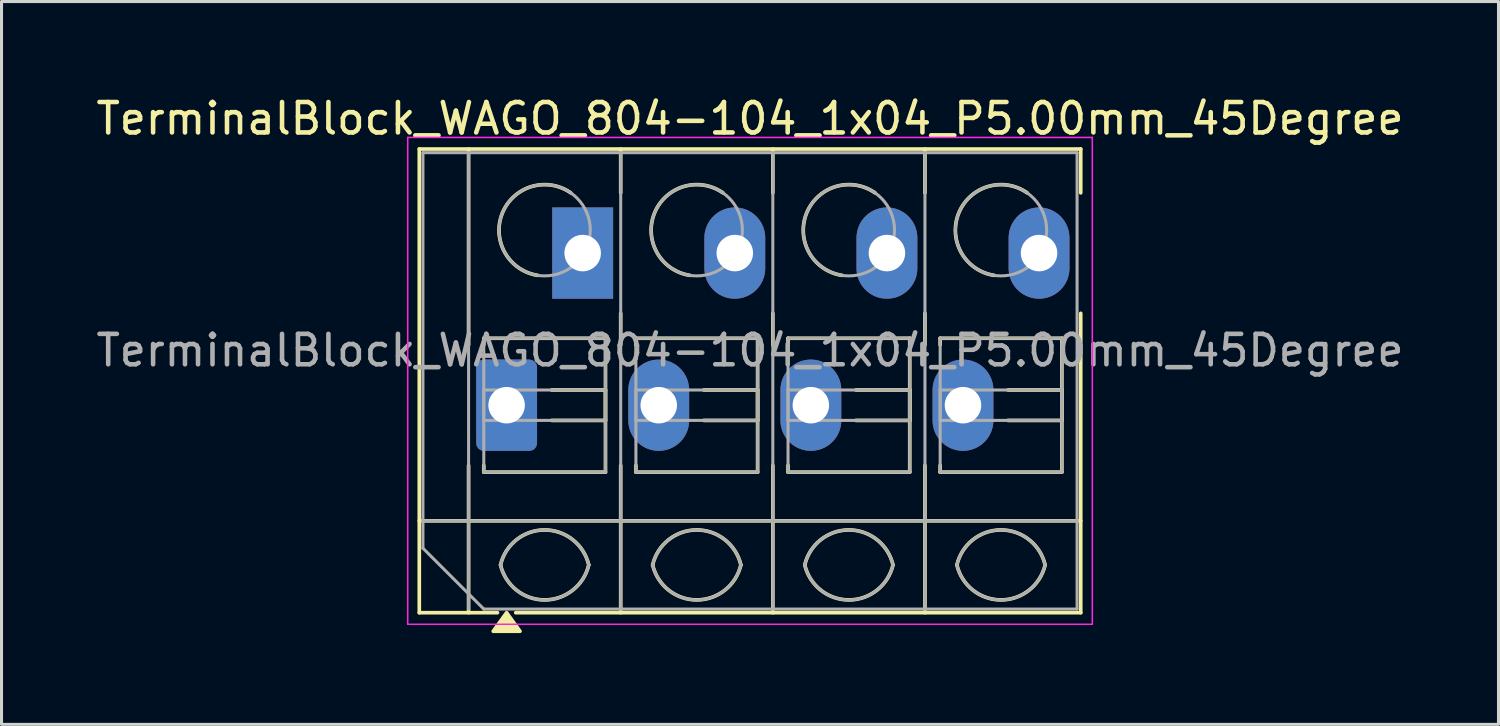
<source format=kicad_pcb>
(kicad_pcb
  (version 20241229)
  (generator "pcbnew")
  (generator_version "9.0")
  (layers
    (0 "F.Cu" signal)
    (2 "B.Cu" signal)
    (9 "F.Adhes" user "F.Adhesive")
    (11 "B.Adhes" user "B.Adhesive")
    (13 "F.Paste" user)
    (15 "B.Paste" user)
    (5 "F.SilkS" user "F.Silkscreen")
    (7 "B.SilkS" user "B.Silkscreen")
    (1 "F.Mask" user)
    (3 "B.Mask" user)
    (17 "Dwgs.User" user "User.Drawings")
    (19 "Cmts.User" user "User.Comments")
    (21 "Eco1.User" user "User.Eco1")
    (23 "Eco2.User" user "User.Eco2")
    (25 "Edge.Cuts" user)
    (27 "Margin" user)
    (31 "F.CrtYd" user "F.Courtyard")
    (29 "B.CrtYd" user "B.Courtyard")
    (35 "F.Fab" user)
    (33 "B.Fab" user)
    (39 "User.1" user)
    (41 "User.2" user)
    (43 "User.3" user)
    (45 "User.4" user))
  (footprint "TerminalBlock_WAGO_804-104_1x04_P5.00mm_45Degree"
    (layer "F.Cu")
    (at 13.601 10.268)
    (property "Reference" "TerminalBlock_WAGO_804-104_1x04_P5.00mm_45Degree" (at 8 -9.42 0) (layer "F.SilkS") (effects (font (size 1 1) (thickness 0.15))))
    (attr through_hole)
    (fp_line (start -2.87 -8.42) (end 18.87 -8.42) (stroke (width 0.12) (type solid)) (layer "F.SilkS"))
    (fp_line (start -2.87 3.8) (end 18.87 3.8) (stroke (width 0.12) (type solid)) (layer "F.SilkS"))
    (fp_line (start -2.87 6.82) (end -2.87 -8.42) (stroke (width 0.12) (type solid)) (layer "F.SilkS"))
    (fp_line (start -1.25 -8.42) (end -1.25 -1.98) (stroke (width 0.12) (type solid)) (layer "F.SilkS"))
    (fp_line (start -1.25 1.98) (end -1.25 6.82) (stroke (width 0.12) (type solid)) (layer "F.SilkS"))
    (fp_line (start -0.75 -2.2) (end 3.25 -2.2) (stroke (width 0.12) (type solid)) (layer "F.SilkS"))
    (fp_line (start -0.75 -1.98) (end -0.75 -2.2) (stroke (width 0.12) (type solid)) (layer "F.SilkS"))
    (fp_line (start -0.75 2.2) (end -0.75 1.98) (stroke (width 0.12) (type solid)) (layer "F.SilkS"))
    (fp_line (start -0.3 6.82) (end -2.87 6.82) (stroke (width 0.12) (type solid)) (layer "F.SilkS"))
    (fp_line (start 1.48 -0.5) (end 3.25 -0.5) (stroke (width 0.12) (type solid)) (layer "F.SilkS"))
    (fp_line (start 3.25 -2.2) (end 3.25 2.2) (stroke (width 0.12) (type solid)) (layer "F.SilkS"))
    (fp_line (start 3.25 -0.5) (end 3.25 0.5) (stroke (width 0.12) (type solid)) (layer "F.SilkS"))
    (fp_line (start 3.25 0.5) (end 1.48 0.5) (stroke (width 0.12) (type solid)) (layer "F.SilkS"))
    (fp_line (start 3.25 2.2) (end -0.75 2.2) (stroke (width 0.12) (type solid)) (layer "F.SilkS"))
    (fp_line (start 3.75 -8.42) (end 3.75 -6.98) (stroke (width 0.12) (type solid)) (layer "F.SilkS"))
    (fp_line (start 3.75 -3.02) (end 3.75 -1.98) (stroke (width 0.12) (type solid)) (layer "F.SilkS"))
    (fp_line (start 3.75 1.98) (end 3.75 6.82) (stroke (width 0.12) (type solid)) (layer "F.SilkS"))
    (fp_line (start 4.25 -2.2) (end 8.25 -2.2) (stroke (width 0.12) (type solid)) (layer "F.SilkS"))
    (fp_line (start 4.25 -1.98) (end 4.25 -2.2) (stroke (width 0.12) (type solid)) (layer "F.SilkS"))
    (fp_line (start 4.25 2.2) (end 4.25 1.98) (stroke (width 0.12) (type solid)) (layer "F.SilkS"))
    (fp_line (start 6.48 -0.5) (end 8.25 -0.5) (stroke (width 0.12) (type solid)) (layer "F.SilkS"))
    (fp_line (start 8.25 -2.2) (end 8.25 2.2) (stroke (width 0.12) (type solid)) (layer "F.SilkS"))
    (fp_line (start 8.25 -0.5) (end 8.25 0.5) (stroke (width 0.12) (type solid)) (layer "F.SilkS"))
    (fp_line (start 8.25 0.5) (end 6.48 0.5) (stroke (width 0.12) (type solid)) (layer "F.SilkS"))
    (fp_line (start 8.25 2.2) (end 4.25 2.2) (stroke (width 0.12) (type solid)) (layer "F.SilkS"))
    (fp_line (start 8.75 -8.42) (end 8.75 -6.98) (stroke (width 0.12) (type solid)) (layer "F.SilkS"))
    (fp_line (start 8.75 -3.02) (end 8.75 -1.98) (stroke (width 0.12) (type solid)) (layer "F.SilkS"))
    (fp_line (start 8.75 1.98) (end 8.75 6.82) (stroke (width 0.12) (type solid)) (layer "F.SilkS"))
    (fp_line (start 9.25 -2.2) (end 13.25 -2.2) (stroke (width 0.12) (type solid)) (layer "F.SilkS"))
    (fp_line (start 9.25 -1.98) (end 9.25 -2.2) (stroke (width 0.12) (type solid)) (layer "F.SilkS"))
    (fp_line (start 9.25 2.2) (end 9.25 1.98) (stroke (width 0.12) (type solid)) (layer "F.SilkS"))
    (fp_line (start 11.48 -0.5) (end 13.25 -0.5) (stroke (width 0.12) (type solid)) (layer "F.SilkS"))
    (fp_line (start 13.25 -2.2) (end 13.25 2.2) (stroke (width 0.12) (type solid)) (layer "F.SilkS"))
    (fp_line (start 13.25 -0.5) (end 13.25 0.5) (stroke (width 0.12) (type solid)) (layer "F.SilkS"))
    (fp_line (start 13.25 0.5) (end 11.48 0.5) (stroke (width 0.12) (type solid)) (layer "F.SilkS"))
    (fp_line (start 13.25 2.2) (end 9.25 2.2) (stroke (width 0.12) (type solid)) (layer "F.SilkS"))
    (fp_line (start 13.75 -8.42) (end 13.75 -6.98) (stroke (width 0.12) (type solid)) (layer "F.SilkS"))
    (fp_line (start 13.75 -3.02) (end 13.75 -1.98) (stroke (width 0.12) (type solid)) (layer "F.SilkS"))
    (fp_line (start 13.75 1.98) (end 13.75 6.82) (stroke (width 0.12) (type solid)) (layer "F.SilkS"))
    (fp_line (start 14.25 -2.2) (end 18.25 -2.2) (stroke (width 0.12) (type solid)) (layer "F.SilkS"))
    (fp_line (start 14.25 -1.98) (end 14.25 -2.2) (stroke (width 0.12) (type solid)) (layer "F.SilkS"))
    (fp_line (start 14.25 2.2) (end 14.25 1.98) (stroke (width 0.12) (type solid)) (layer "F.SilkS"))
    (fp_line (start 16.48 -0.5) (end 18.25 -0.5) (stroke (width 0.12) (type solid)) (layer "F.SilkS"))
    (fp_line (start 18.25 -2.2) (end 18.25 2.2) (stroke (width 0.12) (type solid)) (layer "F.SilkS"))
    (fp_line (start 18.25 -0.5) (end 18.25 0.5) (stroke (width 0.12) (type solid)) (layer "F.SilkS"))
    (fp_line (start 18.25 0.5) (end 16.48 0.5) (stroke (width 0.12) (type solid)) (layer "F.SilkS"))
    (fp_line (start 18.25 2.2) (end 14.25 2.2) (stroke (width 0.12) (type solid)) (layer "F.SilkS"))
    (fp_line (start 18.87 -8.42) (end 18.87 -6.98) (stroke (width 0.12) (type solid)) (layer "F.SilkS"))
    (fp_line (start 18.87 -3.02) (end 18.87 6.82) (stroke (width 0.12) (type solid)) (layer "F.SilkS"))
    (fp_line (start 18.87 6.82) (end 0.3 6.82) (stroke (width 0.12) (type solid)) (layer "F.SilkS"))
    (fp_arc (start -0.2 5.25) (mid 1.25 4.1) (end 2.7 5.25) (stroke (width 0.12) (type solid)) (layer "F.SilkS"))
    (fp_arc (start 1.02 -4.268) (mid -0.141916 -6.309209) (end 2.109 -6.98) (stroke (width 0.12) (type solid)) (layer "F.SilkS"))
    (fp_arc (start 2.7 5.25) (mid 1.25 6.4) (end -0.2 5.25) (stroke (width 0.12) (type solid)) (layer "F.SilkS"))
    (fp_arc (start 4.8 5.25) (mid 6.25 4.1) (end 7.7 5.25) (stroke (width 0.12) (type solid)) (layer "F.SilkS"))
    (fp_arc (start 6.02 -4.268) (mid 4.858084 -6.309209) (end 7.109 -6.98) (stroke (width 0.12) (type solid)) (layer "F.SilkS"))
    (fp_arc (start 7.7 5.25) (mid 6.25 6.4) (end 4.8 5.25) (stroke (width 0.12) (type solid)) (layer "F.SilkS"))
    (fp_arc (start 9.8 5.25) (mid 11.25 4.1) (end 12.7 5.25) (stroke (width 0.12) (type solid)) (layer "F.SilkS"))
    (fp_arc (start 11.02 -4.268) (mid 9.858084 -6.309209) (end 12.109 -6.98) (stroke (width 0.12) (type solid)) (layer "F.SilkS"))
    (fp_arc (start 12.7 5.25) (mid 11.25 6.4) (end 9.8 5.25) (stroke (width 0.12) (type solid)) (layer "F.SilkS"))
    (fp_arc (start 14.8 5.25) (mid 16.25 4.1) (end 17.7 5.25) (stroke (width 0.12) (type solid)) (layer "F.SilkS"))
    (fp_arc (start 16.02 -4.268) (mid 14.858084 -6.309209) (end 17.109 -6.98) (stroke (width 0.12) (type solid)) (layer "F.SilkS"))
    (fp_arc (start 17.7 5.25) (mid 16.25 6.4) (end 14.8 5.25) (stroke (width 0.12) (type solid)) (layer "F.SilkS"))
    (fp_poly (pts (xy 0 6.82) (xy 0.44 7.43) (xy -0.44 7.43)) (stroke (width 0.12) (type solid)) (fill yes) (layer "F.SilkS"))
    (fp_line (start -3.25 -8.8) (end -3.25 7.2) (stroke (width 0.05) (type solid)) (layer "F.CrtYd"))
    (fp_line (start -3.25 7.2) (end 19.25 7.2) (stroke (width 0.05) (type solid)) (layer "F.CrtYd"))
    (fp_line (start 19.25 -8.8) (end -3.25 -8.8) (stroke (width 0.05) (type solid)) (layer "F.CrtYd"))
    (fp_line (start 19.25 7.2) (end 19.25 -8.8) (stroke (width 0.05) (type solid)) (layer "F.CrtYd"))
    (fp_line (start -2.75 -8.3) (end 18.75 -8.3) (stroke (width 0.1) (type solid)) (layer "F.Fab"))
    (fp_line (start -2.75 3.8) (end 18.75 3.8) (stroke (width 0.1) (type solid)) (layer "F.Fab"))
    (fp_line (start -2.75 4.7) (end -2.75 -8.3) (stroke (width 0.1) (type solid)) (layer "F.Fab"))
    (fp_line (start -1.25 -8.3) (end -1.25 6.7) (stroke (width 0.1) (type solid)) (layer "F.Fab"))
    (fp_line (start -0.75 -2.2) (end -0.75 2.2) (stroke (width 0.1) (type solid)) (layer "F.Fab"))
    (fp_line (start -0.75 -0.5) (end -0.75 0.5) (stroke (width 0.1) (type solid)) (layer "F.Fab"))
    (fp_line (start -0.75 0.5) (end 3.25 0.5) (stroke (width 0.1) (type solid)) (layer "F.Fab"))
    (fp_line (start -0.75 2.2) (end 3.25 2.2) (stroke (width 0.1) (type solid)) (layer "F.Fab"))
    (fp_line (start -0.75 6.7) (end -2.75 4.7) (stroke (width 0.1) (type solid)) (layer "F.Fab"))
    (fp_line (start 3.25 -2.2) (end -0.75 -2.2) (stroke (width 0.1) (type solid)) (layer "F.Fab"))
    (fp_line (start 3.25 -0.5) (end -0.75 -0.5) (stroke (width 0.1) (type solid)) (layer "F.Fab"))
    (fp_line (start 3.25 0.5) (end 3.25 -0.5) (stroke (width 0.1) (type solid)) (layer "F.Fab"))
    (fp_line (start 3.25 2.2) (end 3.25 -2.2) (stroke (width 0.1) (type solid)) (layer "F.Fab"))
    (fp_line (start 3.75 -8.3) (end 3.75 6.7) (stroke (width 0.1) (type solid)) (layer "F.Fab"))
    (fp_line (start 4.25 -2.2) (end 4.25 2.2) (stroke (width 0.1) (type solid)) (layer "F.Fab"))
    (fp_line (start 4.25 -0.5) (end 4.25 0.5) (stroke (width 0.1) (type solid)) (layer "F.Fab"))
    (fp_line (start 4.25 0.5) (end 8.25 0.5) (stroke (width 0.1) (type solid)) (layer "F.Fab"))
    (fp_line (start 4.25 2.2) (end 8.25 2.2) (stroke (width 0.1) (type solid)) (layer "F.Fab"))
    (fp_line (start 8.25 -2.2) (end 4.25 -2.2) (stroke (width 0.1) (type solid)) (layer "F.Fab"))
    (fp_line (start 8.25 -0.5) (end 4.25 -0.5) (stroke (width 0.1) (type solid)) (layer "F.Fab"))
    (fp_line (start 8.25 0.5) (end 8.25 -0.5) (stroke (width 0.1) (type solid)) (layer "F.Fab"))
    (fp_line (start 8.25 2.2) (end 8.25 -2.2) (stroke (width 0.1) (type solid)) (layer "F.Fab"))
    (fp_line (start 8.75 -8.3) (end 8.75 6.7) (stroke (width 0.1) (type solid)) (layer "F.Fab"))
    (fp_line (start 9.25 -2.2) (end 9.25 2.2) (stroke (width 0.1) (type solid)) (layer "F.Fab"))
    (fp_line (start 9.25 -0.5) (end 9.25 0.5) (stroke (width 0.1) (type solid)) (layer "F.Fab"))
    (fp_line (start 9.25 0.5) (end 13.25 0.5) (stroke (width 0.1) (type solid)) (layer "F.Fab"))
    (fp_line (start 9.25 2.2) (end 13.25 2.2) (stroke (width 0.1) (type solid)) (layer "F.Fab"))
    (fp_line (start 13.25 -2.2) (end 9.25 -2.2) (stroke (width 0.1) (type solid)) (layer "F.Fab"))
    (fp_line (start 13.25 -0.5) (end 9.25 -0.5) (stroke (width 0.1) (type solid)) (layer "F.Fab"))
    (fp_line (start 13.25 0.5) (end 13.25 -0.5) (stroke (width 0.1) (type solid)) (layer "F.Fab"))
    (fp_line (start 13.25 2.2) (end 13.25 -2.2) (stroke (width 0.1) (type solid)) (layer "F.Fab"))
    (fp_line (start 13.75 -8.3) (end 13.75 6.7) (stroke (width 0.1) (type solid)) (layer "F.Fab"))
    (fp_line (start 14.25 -2.2) (end 14.25 2.2) (stroke (width 0.1) (type solid)) (layer "F.Fab"))
    (fp_line (start 14.25 -0.5) (end 14.25 0.5) (stroke (width 0.1) (type solid)) (layer "F.Fab"))
    (fp_line (start 14.25 0.5) (end 18.25 0.5) (stroke (width 0.1) (type solid)) (layer "F.Fab"))
    (fp_line (start 14.25 2.2) (end 18.25 2.2) (stroke (width 0.1) (type solid)) (layer "F.Fab"))
    (fp_line (start 18.25 -2.2) (end 14.25 -2.2) (stroke (width 0.1) (type solid)) (layer "F.Fab"))
    (fp_line (start 18.25 -0.5) (end 14.25 -0.5) (stroke (width 0.1) (type solid)) (layer "F.Fab"))
    (fp_line (start 18.25 0.5) (end 18.25 -0.5) (stroke (width 0.1) (type solid)) (layer "F.Fab"))
    (fp_line (start 18.25 2.2) (end 18.25 -2.2) (stroke (width 0.1) (type solid)) (layer "F.Fab"))
    (fp_line (start 18.75 -8.3) (end 18.75 6.7) (stroke (width 0.1) (type solid)) (layer "F.Fab"))
    (fp_line (start 18.75 6.7) (end -0.75 6.7) (stroke (width 0.1) (type solid)) (layer "F.Fab"))
    (fp_arc (start -0.2 5.25) (mid 1.25 4.1) (end 2.7 5.25) (stroke (width 0.1) (type solid)) (layer "F.Fab"))
    (fp_arc (start 2.7 5.25) (mid 1.25 6.4) (end -0.2 5.25) (stroke (width 0.1) (type solid)) (layer "F.Fab"))
    (fp_arc (start 4.8 5.25) (mid 6.25 4.1) (end 7.7 5.25) (stroke (width 0.1) (type solid)) (layer "F.Fab"))
    (fp_arc (start 7.7 5.25) (mid 6.25 6.4) (end 4.8 5.25) (stroke (width 0.1) (type solid)) (layer "F.Fab"))
    (fp_arc (start 9.8 5.25) (mid 11.25 4.1) (end 12.7 5.25) (stroke (width 0.1) (type solid)) (layer "F.Fab"))
    (fp_arc (start 12.7 5.25) (mid 11.25 6.4) (end 9.8 5.25) (stroke (width 0.1) (type solid)) (layer "F.Fab"))
    (fp_arc (start 14.8 5.25) (mid 16.25 4.1) (end 17.7 5.25) (stroke (width 0.1) (type solid)) (layer "F.Fab"))
    (fp_arc (start 17.7 5.25) (mid 16.25 6.4) (end 14.8 5.25) (stroke (width 0.1) (type solid)) (layer "F.Fab"))
    (fp_circle (center 1.25 -5.75) (end 2.75 -5.75) (stroke (width 0.1) (type solid)) (fill no) (layer "F.Fab"))
    (fp_circle (center 6.25 -5.75) (end 7.75 -5.75) (stroke (width 0.1) (type solid)) (fill no) (layer "F.Fab"))
    (fp_circle (center 11.25 -5.75) (end 12.75 -5.75) (stroke (width 0.1) (type solid)) (fill no) (layer "F.Fab"))
    (fp_circle (center 16.25 -5.75) (end 17.75 -5.75) (stroke (width 0.1) (type solid)) (fill no) (layer "F.Fab"))
    (fp_text user "${REFERENCE}" (at 8 -1.8 0) (layer "F.Fab") (effects (font (size 1 1) (thickness 0.15))))
    (pad "1" thru_hole roundrect (at 0 0) (size 2 3) (drill 1.2) (layers "*.Cu" "*.Mask") (roundrect_rratio 0.125))
    (pad "1" thru_hole rect (at 2.5 -5) (size 2 3) (drill 1.2) (layers "*.Cu" "*.Mask"))
    (pad "2" thru_hole oval (at 5 0) (size 2 3) (drill 1.2) (layers "*.Cu" "*.Mask"))
    (pad "2" thru_hole oval (at 7.5 -5) (size 2 3) (drill 1.2) (layers "*.Cu" "*.Mask"))
    (pad "3" thru_hole oval (at 10 0) (size 2 3) (drill 1.2) (layers "*.Cu" "*.Mask"))
    (pad "3" thru_hole oval (at 12.5 -5) (size 2 3) (drill 1.2) (layers "*.Cu" "*.Mask"))
    (pad "4" thru_hole oval (at 15 0) (size 2 3) (drill 1.2) (layers "*.Cu" "*.Mask"))
    (pad "4" thru_hole oval (at 17.5 -5) (size 2 3) (drill 1.2) (layers "*.Cu" "*.Mask")))
  (gr_rect
    (start -3 -3)
    (end 46.202 20.758)
    (stroke (width 0.1) (type default))
    (fill no)
    (layer "Edge.Cuts")))
</source>
